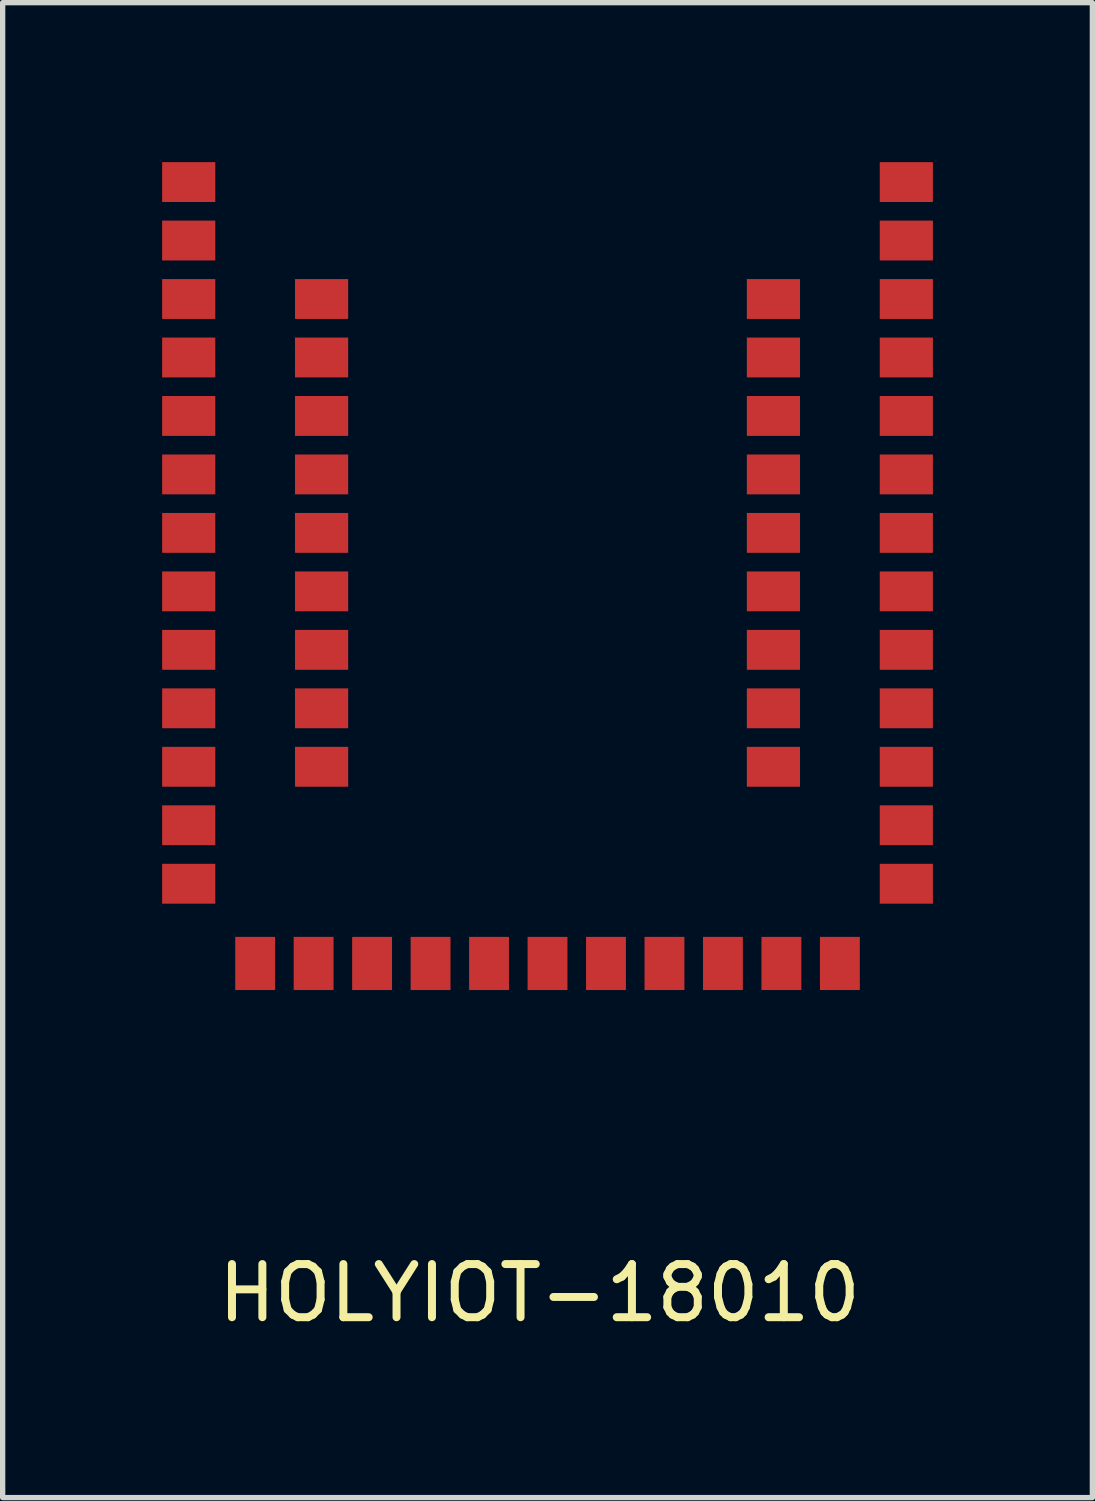
<source format=kicad_pcb>
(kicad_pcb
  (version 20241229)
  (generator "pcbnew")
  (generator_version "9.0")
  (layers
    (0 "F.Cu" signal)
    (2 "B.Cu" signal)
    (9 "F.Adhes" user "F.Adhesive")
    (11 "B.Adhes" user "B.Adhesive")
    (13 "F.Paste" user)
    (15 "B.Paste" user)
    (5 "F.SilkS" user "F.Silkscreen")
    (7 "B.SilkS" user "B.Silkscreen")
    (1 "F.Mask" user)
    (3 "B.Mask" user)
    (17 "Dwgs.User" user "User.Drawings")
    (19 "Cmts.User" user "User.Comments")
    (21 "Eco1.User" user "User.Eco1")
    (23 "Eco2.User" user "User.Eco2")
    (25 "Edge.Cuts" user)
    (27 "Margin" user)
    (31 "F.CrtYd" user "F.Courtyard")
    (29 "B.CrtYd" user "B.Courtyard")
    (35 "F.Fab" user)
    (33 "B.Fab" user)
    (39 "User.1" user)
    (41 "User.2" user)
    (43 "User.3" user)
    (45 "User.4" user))
  (footprint "HOLYIOT-18010"
    (layer "F.Cu")
    (at 0.5 0.375)
    (property "Reference" "HOLYIOT-18010" (at 6.6 20.9 0) (layer "F.SilkS") (effects (font (size 1 1) (thickness 0.15))))
    (attr through_hole)
    (pad "1" smd rect (at 0 0) (size 1 0.75) (layers "F.Cu" "F.Mask" "F.Paste"))
    (pad "2" smd rect (at 0 1.1) (size 1 0.75) (layers "F.Cu" "F.Mask" "F.Paste"))
    (pad "3" smd rect (at 0 2.2) (size 1 0.75) (layers "F.Cu" "F.Mask" "F.Paste"))
    (pad "4" smd rect (at 0 3.3) (size 1 0.75) (layers "F.Cu" "F.Mask" "F.Paste"))
    (pad "5" smd rect (at 0 4.4) (size 1 0.75) (layers "F.Cu" "F.Mask" "F.Paste"))
    (pad "6" smd rect (at 0 5.5) (size 1 0.75) (layers "F.Cu" "F.Mask" "F.Paste"))
    (pad "7" smd rect (at 0 6.6) (size 1 0.75) (layers "F.Cu" "F.Mask" "F.Paste"))
    (pad "8" smd rect (at 0 7.7) (size 1 0.75) (layers "F.Cu" "F.Mask" "F.Paste"))
    (pad "9" smd rect (at 0 8.8) (size 1 0.75) (layers "F.Cu" "F.Mask" "F.Paste"))
    (pad "10" smd rect (at 0 9.9) (size 1 0.75) (layers "F.Cu" "F.Mask" "F.Paste"))
    (pad "11" smd rect (at 0 11) (size 1 0.75) (layers "F.Cu" "F.Mask" "F.Paste"))
    (pad "12" smd rect (at 0 12.1) (size 1 0.75) (layers "F.Cu" "F.Mask" "F.Paste"))
    (pad "13" smd rect (at 0 13.2) (size 1 0.75) (layers "F.Cu" "F.Mask" "F.Paste"))
    (pad "14" smd rect (at 1.25 14.7) (size 0.75 1) (layers "F.Cu" "F.Mask" "F.Paste"))
    (pad "15" smd rect (at 2.35 14.7) (size 0.75 1) (layers "F.Cu" "F.Mask" "F.Paste"))
    (pad "16" smd rect (at 3.45 14.7) (size 0.75 1) (layers "F.Cu" "F.Mask" "F.Paste"))
    (pad "17" smd rect (at 4.55 14.7) (size 0.75 1) (layers "F.Cu" "F.Mask" "F.Paste"))
    (pad "18" smd rect (at 5.65 14.7) (size 0.75 1) (layers "F.Cu" "F.Mask" "F.Paste"))
    (pad "19" smd rect (at 6.75 14.7) (size 0.75 1) (layers "F.Cu" "F.Mask" "F.Paste"))
    (pad "20" smd rect (at 7.85 14.7) (size 0.75 1) (layers "F.Cu" "F.Mask" "F.Paste"))
    (pad "21" smd rect (at 8.95 14.7) (size 0.75 1) (layers "F.Cu" "F.Mask" "F.Paste"))
    (pad "22" smd rect (at 10.05 14.7) (size 0.75 1) (layers "F.Cu" "F.Mask" "F.Paste"))
    (pad "23" smd rect (at 11.15 14.7) (size 0.75 1) (layers "F.Cu" "F.Mask" "F.Paste"))
    (pad "24" smd rect (at 12.25 14.7) (size 0.75 1) (layers "F.Cu" "F.Mask" "F.Paste"))
    (pad "25" smd rect (at 13.5 13.2) (size 1 0.75) (layers "F.Cu" "F.Mask" "F.Paste"))
    (pad "26" smd rect (at 13.5 12.1) (size 1 0.75) (layers "F.Cu" "F.Mask" "F.Paste"))
    (pad "27" smd rect (at 13.5 11) (size 1 0.75) (layers "F.Cu" "F.Mask" "F.Paste"))
    (pad "28" smd rect (at 13.5 9.9) (size 1 0.75) (layers "F.Cu" "F.Mask" "F.Paste"))
    (pad "29" smd rect (at 13.5 8.8) (size 1 0.75) (layers "F.Cu" "F.Mask" "F.Paste"))
    (pad "30" smd rect (at 13.5 7.7) (size 1 0.75) (layers "F.Cu" "F.Mask" "F.Paste"))
    (pad "31" smd rect (at 13.5 6.6) (size 1 0.75) (layers "F.Cu" "F.Mask" "F.Paste"))
    (pad "32" smd rect (at 13.5 5.5) (size 1 0.75) (layers "F.Cu" "F.Mask" "F.Paste"))
    (pad "33" smd rect (at 13.5 4.4) (size 1 0.75) (layers "F.Cu" "F.Mask" "F.Paste"))
    (pad "34" smd rect (at 13.5 3.3) (size 1 0.75) (layers "F.Cu" "F.Mask" "F.Paste"))
    (pad "35" smd rect (at 13.5 2.2) (size 1 0.75) (layers "F.Cu" "F.Mask" "F.Paste"))
    (pad "36" smd rect (at 13.5 1.1) (size 1 0.75) (layers "F.Cu" "F.Mask" "F.Paste"))
    (pad "37" smd rect (at 13.5 0) (size 1 0.75) (layers "F.Cu" "F.Mask" "F.Paste"))
    (pad "38" smd rect (at 2.5 2.2) (size 1 0.75) (layers "F.Cu" "F.Mask" "F.Paste"))
    (pad "39" smd rect (at 2.5 3.3) (size 1 0.75) (layers "F.Cu" "F.Mask" "F.Paste"))
    (pad "40" smd rect (at 2.5 4.4) (size 1 0.75) (layers "F.Cu" "F.Mask" "F.Paste"))
    (pad "41" smd rect (at 2.5 5.5) (size 1 0.75) (layers "F.Cu" "F.Mask" "F.Paste"))
    (pad "42" smd rect (at 2.5 6.6) (size 1 0.75) (layers "F.Cu" "F.Mask" "F.Paste"))
    (pad "43" smd rect (at 2.5 7.7) (size 1 0.75) (layers "F.Cu" "F.Mask" "F.Paste"))
    (pad "44" smd rect (at 2.5 8.8) (size 1 0.75) (layers "F.Cu" "F.Mask" "F.Paste"))
    (pad "45" smd rect (at 2.5 9.9) (size 1 0.75) (layers "F.Cu" "F.Mask" "F.Paste"))
    (pad "46" smd rect (at 2.5 11) (size 1 0.75) (layers "F.Cu" "F.Mask" "F.Paste"))
    (pad "47" smd rect (at 11 2.2) (size 1 0.75) (layers "F.Cu" "F.Mask" "F.Paste"))
    (pad "48" smd rect (at 11 3.3) (size 1 0.75) (layers "F.Cu" "F.Mask" "F.Paste"))
    (pad "49" smd rect (at 11 4.4) (size 1 0.75) (layers "F.Cu" "F.Mask" "F.Paste"))
    (pad "50" smd rect (at 11 5.5) (size 1 0.75) (layers "F.Cu" "F.Mask" "F.Paste"))
    (pad "51" smd rect (at 11 6.6) (size 1 0.75) (layers "F.Cu" "F.Mask" "F.Paste"))
    (pad "52" smd rect (at 11 7.7) (size 1 0.75) (layers "F.Cu" "F.Mask" "F.Paste"))
    (pad "53" smd rect (at 11 8.8) (size 1 0.75) (layers "F.Cu" "F.Mask" "F.Paste"))
    (pad "54" smd rect (at 11 9.9) (size 1 0.75) (layers "F.Cu" "F.Mask" "F.Paste"))
    (pad "55" smd rect (at 11 11) (size 1 0.75) (layers "F.Cu" "F.Mask" "F.Paste")))
  (gr_rect
    (start -3 -3)
    (end 17.5 25.123)
    (stroke (width 0.1) (type default))
    (fill no)
    (layer "Edge.Cuts")))
</source>
